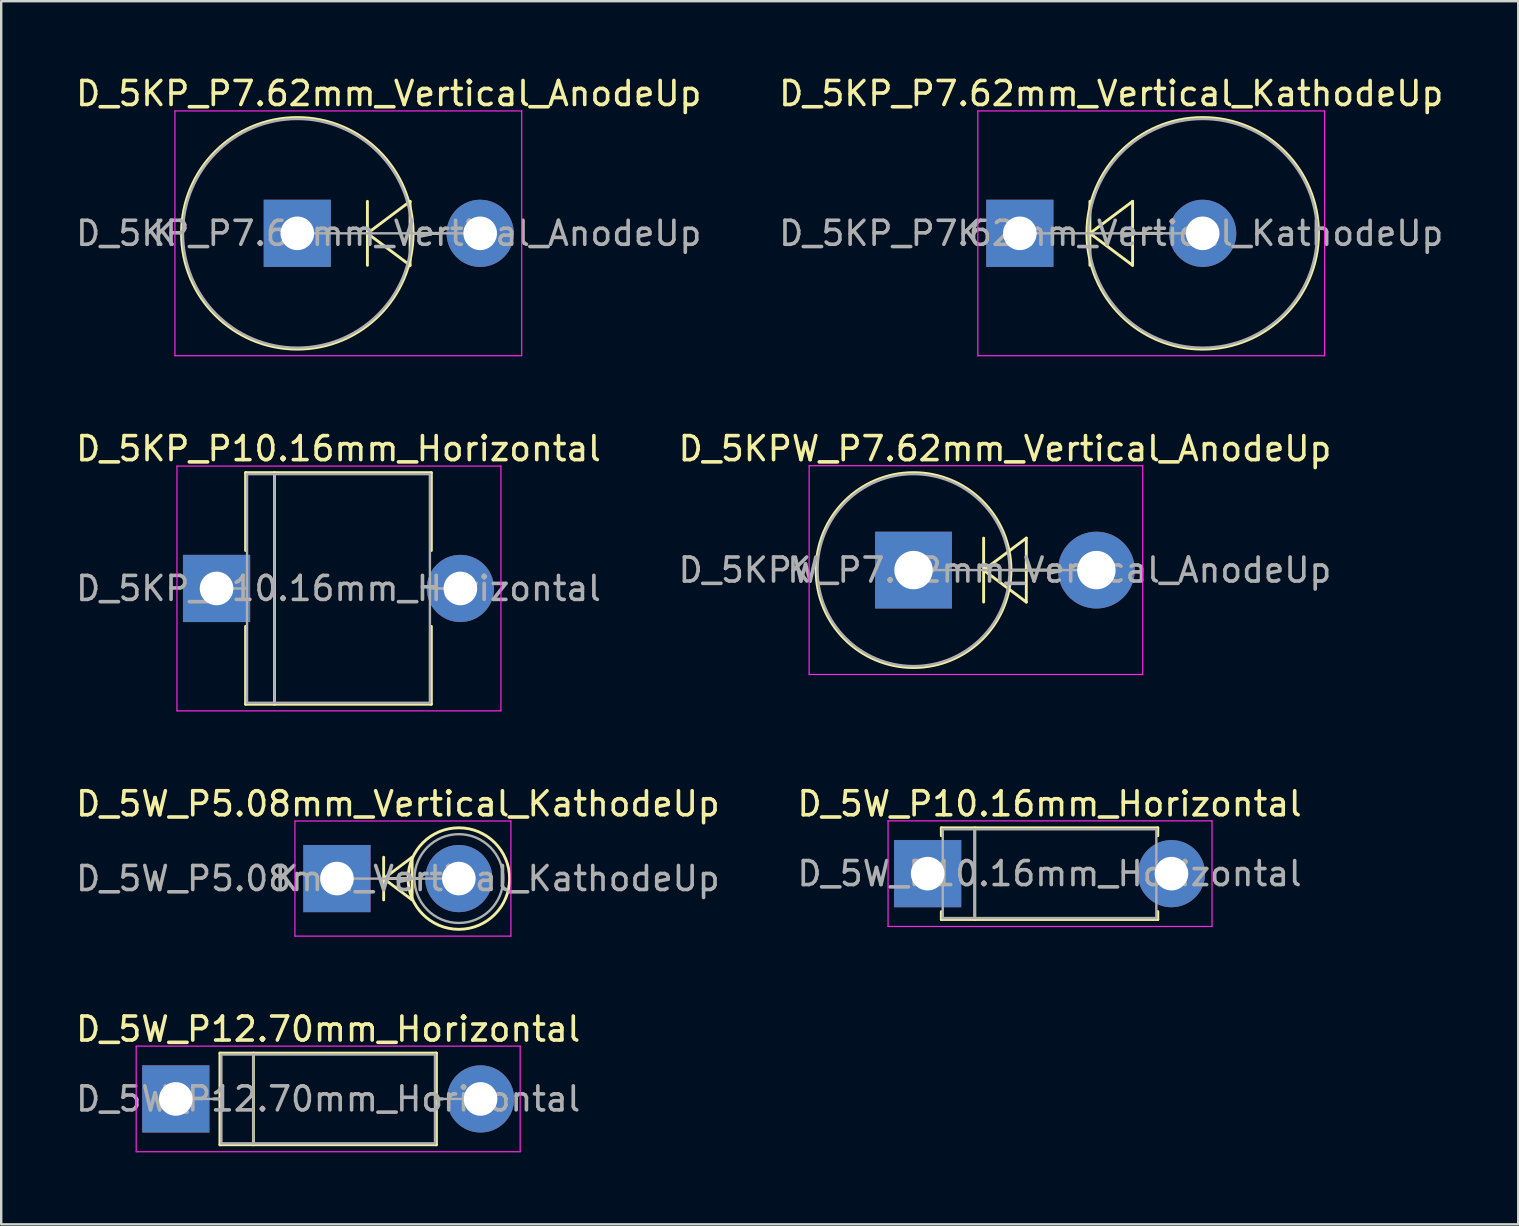
<source format=kicad_pcb>
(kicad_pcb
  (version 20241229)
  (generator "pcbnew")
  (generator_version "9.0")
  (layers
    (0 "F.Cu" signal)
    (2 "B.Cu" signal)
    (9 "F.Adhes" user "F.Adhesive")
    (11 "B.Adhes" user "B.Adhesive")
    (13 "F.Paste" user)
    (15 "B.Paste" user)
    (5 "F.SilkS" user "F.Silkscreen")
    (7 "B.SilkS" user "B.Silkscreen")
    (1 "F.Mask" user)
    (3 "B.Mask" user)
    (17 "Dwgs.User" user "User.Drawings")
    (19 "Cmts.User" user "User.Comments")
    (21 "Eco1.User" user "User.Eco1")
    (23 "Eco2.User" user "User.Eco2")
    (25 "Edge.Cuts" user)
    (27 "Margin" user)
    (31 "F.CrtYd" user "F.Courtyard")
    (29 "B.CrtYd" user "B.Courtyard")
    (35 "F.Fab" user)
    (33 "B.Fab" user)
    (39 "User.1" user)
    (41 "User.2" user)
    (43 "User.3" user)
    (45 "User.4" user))
  (footprint "D_5W_P12.70mm_Horizontal"
    (layer "F.Cu")
    (at 4.275 42.743)
    (property "Reference" "D_5W_P12.70mm_Horizontal" (at 6.35 -2.91 0) (layer "F.SilkS") (effects (font (size 1 1) (thickness 0.15))))
    (attr through_hole)
    (fp_line (start 1.58 0) (end 1.84 0) (stroke (width 0.12) (type solid)) (layer "F.SilkS"))
    (fp_line (start 1.84 -1.91) (end 1.84 1.91) (stroke (width 0.12) (type solid)) (layer "F.SilkS"))
    (fp_line (start 1.84 1.91) (end 10.86 1.91) (stroke (width 0.12) (type solid)) (layer "F.SilkS"))
    (fp_line (start 3.235 -1.91) (end 3.235 1.91) (stroke (width 0.12) (type solid)) (layer "F.SilkS"))
    (fp_line (start 10.86 -1.91) (end 1.84 -1.91) (stroke (width 0.12) (type solid)) (layer "F.SilkS"))
    (fp_line (start 10.86 1.91) (end 10.86 -1.91) (stroke (width 0.12) (type solid)) (layer "F.SilkS"))
    (fp_line (start 11.12 0) (end 10.86 0) (stroke (width 0.12) (type solid)) (layer "F.SilkS"))
    (fp_line (start -1.65 -2.2) (end -1.65 2.2) (stroke (width 0.05) (type solid)) (layer "F.CrtYd"))
    (fp_line (start -1.65 2.2) (end 14.35 2.2) (stroke (width 0.05) (type solid)) (layer "F.CrtYd"))
    (fp_line (start 14.35 -2.2) (end -1.65 -2.2) (stroke (width 0.05) (type solid)) (layer "F.CrtYd"))
    (fp_line (start 14.35 2.2) (end 14.35 -2.2) (stroke (width 0.05) (type solid)) (layer "F.CrtYd"))
    (fp_line (start 0 0) (end 1.9 0) (stroke (width 0.1) (type solid)) (layer "F.Fab"))
    (fp_line (start 1.9 -1.85) (end 1.9 1.85) (stroke (width 0.1) (type solid)) (layer "F.Fab"))
    (fp_line (start 1.9 1.85) (end 10.8 1.85) (stroke (width 0.1) (type solid)) (layer "F.Fab"))
    (fp_line (start 3.235 -1.85) (end 3.235 1.85) (stroke (width 0.1) (type solid)) (layer "F.Fab"))
    (fp_line (start 10.8 -1.85) (end 1.9 -1.85) (stroke (width 0.1) (type solid)) (layer "F.Fab"))
    (fp_line (start 10.8 1.85) (end 10.8 -1.85) (stroke (width 0.1) (type solid)) (layer "F.Fab"))
    (fp_line (start 12.7 0) (end 10.8 0) (stroke (width 0.1) (type solid)) (layer "F.Fab"))
    (fp_text user "${REFERENCE}" (at 6.35 0 0) (layer "F.Fab") (effects (font (size 1 1) (thickness 0.15))))
    (pad "1" thru_hole rect (at 0 0) (size 2.8 2.8) (drill 1.4) (layers "*.Cu" "*.Mask"))
    (pad "2" thru_hole oval (at 12.7 0) (size 2.8 2.8) (drill 1.4) (layers "*.Cu" "*.Mask")))
  (footprint "D_5KP_P10.16mm_Horizontal"
    (layer "F.Cu")
    (at 5.974 21.471)
    (property "Reference" "D_5KP_P10.16mm_Horizontal" (at 5.08 -5.825 0) (layer "F.SilkS") (effects (font (size 1 1) (thickness 0.15))))
    (attr through_hole)
    (fp_line (start 1.21 -4.825) (end 8.95 -4.825) (stroke (width 0.12) (type solid)) (layer "F.SilkS"))
    (fp_line (start 1.21 -1.58) (end 1.21 -4.825) (stroke (width 0.12) (type solid)) (layer "F.SilkS"))
    (fp_line (start 1.21 1.58) (end 1.21 4.825) (stroke (width 0.12) (type solid)) (layer "F.SilkS"))
    (fp_line (start 1.21 4.825) (end 8.95 4.825) (stroke (width 0.12) (type solid)) (layer "F.SilkS"))
    (fp_line (start 2.413 -4.825) (end 2.413 4.825) (stroke (width 0.12) (type solid)) (layer "F.SilkS"))
    (fp_line (start 8.95 -4.825) (end 8.95 -1.58) (stroke (width 0.12) (type solid)) (layer "F.SilkS"))
    (fp_line (start 8.95 4.825) (end 8.95 1.58) (stroke (width 0.12) (type solid)) (layer "F.SilkS"))
    (fp_line (start -1.65 -5.1) (end -1.65 5.1) (stroke (width 0.05) (type solid)) (layer "F.CrtYd"))
    (fp_line (start -1.65 5.1) (end 11.85 5.1) (stroke (width 0.05) (type solid)) (layer "F.CrtYd"))
    (fp_line (start 11.85 -5.1) (end -1.65 -5.1) (stroke (width 0.05) (type solid)) (layer "F.CrtYd"))
    (fp_line (start 11.85 5.1) (end 11.85 -5.1) (stroke (width 0.05) (type solid)) (layer "F.CrtYd"))
    (fp_line (start 0 0) (end 1.27 0) (stroke (width 0.1) (type solid)) (layer "F.Fab"))
    (fp_line (start 1.27 -4.765) (end 1.27 4.765) (stroke (width 0.1) (type solid)) (layer "F.Fab"))
    (fp_line (start 1.27 4.765) (end 8.89 4.765) (stroke (width 0.1) (type solid)) (layer "F.Fab"))
    (fp_line (start 2.413 -4.765) (end 2.413 4.765) (stroke (width 0.1) (type solid)) (layer "F.Fab"))
    (fp_line (start 8.89 -4.765) (end 1.27 -4.765) (stroke (width 0.1) (type solid)) (layer "F.Fab"))
    (fp_line (start 8.89 4.765) (end 8.89 -4.765) (stroke (width 0.1) (type solid)) (layer "F.Fab"))
    (fp_line (start 10.16 0) (end 8.89 0) (stroke (width 0.1) (type solid)) (layer "F.Fab"))
    (fp_text user "${REFERENCE}" (at 5.08 0 0) (layer "F.Fab") (effects (font (size 1 1) (thickness 0.15))))
    (pad "1" thru_hole rect (at 0 0) (size 2.8 2.8) (drill 1.4) (layers "*.Cu" "*.Mask"))
    (pad "2" thru_hole oval (at 10.16 0) (size 2.8 2.8) (drill 1.4) (layers "*.Cu" "*.Mask")))
  (footprint "D_5W_P10.16mm_Horizontal"
    (layer "F.Cu")
    (at 35.605 33.355)
    (property "Reference" "D_5W_P10.16mm_Horizontal" (at 5.08 -2.91 0) (layer "F.SilkS") (effects (font (size 1 1) (thickness 0.15))))
    (attr through_hole)
    (fp_line (start 0.57 -1.91) (end 9.59 -1.91) (stroke (width 0.12) (type solid)) (layer "F.SilkS"))
    (fp_line (start 0.57 -1.58) (end 0.57 -1.91) (stroke (width 0.12) (type solid)) (layer "F.SilkS"))
    (fp_line (start 0.57 1.58) (end 0.57 1.91) (stroke (width 0.12) (type solid)) (layer "F.SilkS"))
    (fp_line (start 0.57 1.91) (end 9.59 1.91) (stroke (width 0.12) (type solid)) (layer "F.SilkS"))
    (fp_line (start 1.965 -1.91) (end 1.965 1.91) (stroke (width 0.12) (type solid)) (layer "F.SilkS"))
    (fp_line (start 9.59 -1.91) (end 9.59 -1.58) (stroke (width 0.12) (type solid)) (layer "F.SilkS"))
    (fp_line (start 9.59 1.91) (end 9.59 1.58) (stroke (width 0.12) (type solid)) (layer "F.SilkS"))
    (fp_line (start -1.65 -2.2) (end -1.65 2.2) (stroke (width 0.05) (type solid)) (layer "F.CrtYd"))
    (fp_line (start -1.65 2.2) (end 11.85 2.2) (stroke (width 0.05) (type solid)) (layer "F.CrtYd"))
    (fp_line (start 11.85 -2.2) (end -1.65 -2.2) (stroke (width 0.05) (type solid)) (layer "F.CrtYd"))
    (fp_line (start 11.85 2.2) (end 11.85 -2.2) (stroke (width 0.05) (type solid)) (layer "F.CrtYd"))
    (fp_line (start 0 0) (end 0.63 0) (stroke (width 0.1) (type solid)) (layer "F.Fab"))
    (fp_line (start 0.63 -1.85) (end 0.63 1.85) (stroke (width 0.1) (type solid)) (layer "F.Fab"))
    (fp_line (start 0.63 1.85) (end 9.53 1.85) (stroke (width 0.1) (type solid)) (layer "F.Fab"))
    (fp_line (start 1.965 -1.85) (end 1.965 1.85) (stroke (width 0.1) (type solid)) (layer "F.Fab"))
    (fp_line (start 9.53 -1.85) (end 0.63 -1.85) (stroke (width 0.1) (type solid)) (layer "F.Fab"))
    (fp_line (start 9.53 1.85) (end 9.53 -1.85) (stroke (width 0.1) (type solid)) (layer "F.Fab"))
    (fp_line (start 10.16 0) (end 9.53 0) (stroke (width 0.1) (type solid)) (layer "F.Fab"))
    (fp_text user "${REFERENCE}" (at 5.08 0 0) (layer "F.Fab") (effects (font (size 1 1) (thickness 0.15))))
    (pad "1" thru_hole rect (at 0 0) (size 2.8 2.8) (drill 1.4) (layers "*.Cu" "*.Mask"))
    (pad "2" thru_hole oval (at 10.16 0) (size 2.8 2.8) (drill 1.4) (layers "*.Cu" "*.Mask")))
  (footprint "D_5KP_P7.62mm_Vertical_AnodeUp"
    (layer "F.Cu")
    (at 9.339 6.673)
    (property "Reference" "D_5KP_P7.62mm_Vertical_AnodeUp" (at 3.81 -5.825 0) (layer "F.SilkS") (effects (font (size 1 1) (thickness 0.15))))
    (attr through_hole)
    (fp_line (start 2.921 -1.333) (end 2.921 1.333) (stroke (width 0.12) (type solid)) (layer "F.SilkS"))
    (fp_line (start 2.921 0) (end 4.699 -1.333) (stroke (width 0.12) (type solid)) (layer "F.SilkS"))
    (fp_line (start 4.699 -1.333) (end 4.699 1.333) (stroke (width 0.12) (type solid)) (layer "F.SilkS"))
    (fp_line (start 4.699 1.333) (end 2.921 0) (stroke (width 0.12) (type solid)) (layer "F.SilkS"))
    (fp_line (start 4.825 0) (end 5.92 0) (stroke (width 0.12) (type solid)) (layer "F.SilkS"))
    (fp_circle (center 0 0) (end 4.825 0) (stroke (width 0.12) (type solid)) (fill no) (layer "F.SilkS"))
    (fp_line (start -5.1 -5.1) (end -5.1 5.1) (stroke (width 0.05) (type solid)) (layer "F.CrtYd"))
    (fp_line (start -5.1 5.1) (end 9.35 5.1) (stroke (width 0.05) (type solid)) (layer "F.CrtYd"))
    (fp_line (start 9.35 -5.1) (end -5.1 -5.1) (stroke (width 0.05) (type solid)) (layer "F.CrtYd"))
    (fp_line (start 9.35 5.1) (end 9.35 -5.1) (stroke (width 0.05) (type solid)) (layer "F.CrtYd"))
    (fp_line (start 0 0) (end 7.62 0) (stroke (width 0.1) (type solid)) (layer "F.Fab"))
    (fp_circle (center 0 0) (end 4.765 0) (stroke (width 0.1) (type solid)) (fill no) (layer "F.Fab"))
    (fp_text user "${REFERENCE}" (at 3.81 0 0) (layer "F.Fab") (effects (font (size 1 1) (thickness 0.15))))
    (fp_text user "K" (at -5.525 0 0) (layer "F.Fab") (effects (font (size 1 1) (thickness 0.15))))
    (pad "1" thru_hole rect (at 0 0) (size 2.8 2.8) (drill 1.4) (layers "*.Cu" "*.Mask"))
    (pad "2" thru_hole oval (at 7.62 0) (size 2.8 2.8) (drill 1.4) (layers "*.Cu" "*.Mask")))
  (footprint "D_5W_P5.08mm_Vertical_KathodeUp"
    (layer "F.Cu")
    (at 10.99 33.56)
    (property "Reference" "D_5W_P5.08mm_Vertical_KathodeUp" (at 2.54 -3.115 0) (layer "F.SilkS") (effects (font (size 1 1) (thickness 0.15))))
    (attr through_hole)
    (fp_line (start 1.947 -0.889) (end 1.947 0.889) (stroke (width 0.12) (type solid)) (layer "F.SilkS"))
    (fp_line (start 1.947 0) (end 3.133 -0.889) (stroke (width 0.12) (type solid)) (layer "F.SilkS"))
    (fp_line (start 2.115 0) (end 3.38 0) (stroke (width 0.12) (type solid)) (layer "F.SilkS"))
    (fp_line (start 3.133 -0.889) (end 3.133 0.889) (stroke (width 0.12) (type solid)) (layer "F.SilkS"))
    (fp_line (start 3.133 0.889) (end 1.947 0) (stroke (width 0.12) (type solid)) (layer "F.SilkS"))
    (fp_circle (center 5.08 0) (end 7.195 0) (stroke (width 0.12) (type solid)) (fill no) (layer "F.SilkS"))
    (fp_line (start -1.75 -2.4) (end -1.75 2.4) (stroke (width 0.05) (type solid)) (layer "F.CrtYd"))
    (fp_line (start -1.75 2.4) (end 7.25 2.4) (stroke (width 0.05) (type solid)) (layer "F.CrtYd"))
    (fp_line (start 7.25 -2.4) (end -1.75 -2.4) (stroke (width 0.05) (type solid)) (layer "F.CrtYd"))
    (fp_line (start 7.25 2.4) (end 7.25 -2.4) (stroke (width 0.05) (type solid)) (layer "F.CrtYd"))
    (fp_line (start 0 0) (end 5.08 0) (stroke (width 0.1) (type solid)) (layer "F.Fab"))
    (fp_circle (center 5.08 0) (end 6.93 0) (stroke (width 0.1) (type solid)) (fill no) (layer "F.Fab"))
    (fp_text user "${REFERENCE}" (at 2.54 0 0) (layer "F.Fab") (effects (font (size 1 1) (thickness 0.15))))
    (fp_text user "K" (at -2.1 0 0) (layer "F.Fab") (effects (font (size 1 1) (thickness 0.15))))
    (pad "1" thru_hole rect (at 0 0) (size 2.8 2.8) (drill 1.4) (layers "*.Cu" "*.Mask"))
    (pad "2" thru_hole oval (at 5.08 0) (size 2.8 2.8) (drill 1.4) (layers "*.Cu" "*.Mask")))
  (footprint "D_5KP_P7.62mm_Vertical_KathodeUp"
    (layer "F.Cu")
    (at 39.446 6.673)
    (property "Reference" "D_5KP_P7.62mm_Vertical_KathodeUp" (at 3.81 -5.825 0) (layer "F.SilkS") (effects (font (size 1 1) (thickness 0.15))))
    (attr through_hole)
    (fp_line (start 2.921 -1.333) (end 2.921 1.333) (stroke (width 0.12) (type solid)) (layer "F.SilkS"))
    (fp_line (start 2.921 0) (end 4.699 -1.333) (stroke (width 0.12) (type solid)) (layer "F.SilkS"))
    (fp_line (start 4.699 -1.333) (end 4.699 1.333) (stroke (width 0.12) (type solid)) (layer "F.SilkS"))
    (fp_line (start 4.699 1.333) (end 2.921 0) (stroke (width 0.12) (type solid)) (layer "F.SilkS"))
    (fp_line (start 4.825 0) (end 5.92 0) (stroke (width 0.12) (type solid)) (layer "F.SilkS"))
    (fp_circle (center 7.62 0) (end 12.445 0) (stroke (width 0.12) (type solid)) (fill no) (layer "F.SilkS"))
    (fp_line (start -1.75 -5.1) (end -1.75 5.1) (stroke (width 0.05) (type solid)) (layer "F.CrtYd"))
    (fp_line (start -1.75 5.1) (end 12.7 5.1) (stroke (width 0.05) (type solid)) (layer "F.CrtYd"))
    (fp_line (start 12.7 -5.1) (end -1.75 -5.1) (stroke (width 0.05) (type solid)) (layer "F.CrtYd"))
    (fp_line (start 12.7 5.1) (end 12.7 -5.1) (stroke (width 0.05) (type solid)) (layer "F.CrtYd"))
    (fp_line (start 0 0) (end 7.62 0) (stroke (width 0.1) (type solid)) (layer "F.Fab"))
    (fp_circle (center 7.62 0) (end 12.385 0) (stroke (width 0.1) (type solid)) (fill no) (layer "F.Fab"))
    (fp_text user "${REFERENCE}" (at 3.81 0 0) (layer "F.Fab") (effects (font (size 1 1) (thickness 0.15))))
    (fp_text user "K" (at -2.1 0 0) (layer "F.Fab") (effects (font (size 1 1) (thickness 0.15))))
    (pad "1" thru_hole rect (at 0 0) (size 2.8 2.8) (drill 1.4) (layers "*.Cu" "*.Mask"))
    (pad "2" thru_hole oval (at 7.62 0) (size 2.8 2.8) (drill 1.4) (layers "*.Cu" "*.Mask")))
  (footprint "D_5KPW_P7.62mm_Vertical_AnodeUp"
    (layer "F.Cu")
    (at 35.017 20.706)
    (property "Reference" "D_5KPW_P7.62mm_Vertical_AnodeUp" (at 3.81 -5.06 0) (layer "F.SilkS") (effects (font (size 1 1) (thickness 0.15))))
    (attr through_hole)
    (fp_line (start 2.921 -1.333) (end 2.921 1.333) (stroke (width 0.12) (type solid)) (layer "F.SilkS"))
    (fp_line (start 2.921 0) (end 4.699 -1.333) (stroke (width 0.12) (type solid)) (layer "F.SilkS"))
    (fp_line (start 4.06 0) (end 5.72 0) (stroke (width 0.12) (type solid)) (layer "F.SilkS"))
    (fp_line (start 4.699 -1.333) (end 4.699 1.333) (stroke (width 0.12) (type solid)) (layer "F.SilkS"))
    (fp_line (start 4.699 1.333) (end 2.921 0) (stroke (width 0.12) (type solid)) (layer "F.SilkS"))
    (fp_circle (center 0 0) (end 4.06 0) (stroke (width 0.12) (type solid)) (fill no) (layer "F.SilkS"))
    (fp_line (start -4.35 -4.35) (end -4.35 4.35) (stroke (width 0.05) (type solid)) (layer "F.CrtYd"))
    (fp_line (start -4.35 4.35) (end 9.55 4.35) (stroke (width 0.05) (type solid)) (layer "F.CrtYd"))
    (fp_line (start 9.55 -4.35) (end -4.35 -4.35) (stroke (width 0.05) (type solid)) (layer "F.CrtYd"))
    (fp_line (start 9.55 4.35) (end 9.55 -4.35) (stroke (width 0.05) (type solid)) (layer "F.CrtYd"))
    (fp_line (start 0 0) (end 7.62 0) (stroke (width 0.1) (type solid)) (layer "F.Fab"))
    (fp_circle (center 0 0) (end 4 0) (stroke (width 0.1) (type solid)) (fill no) (layer "F.Fab"))
    (fp_text user "${REFERENCE}" (at 3.81 0 0) (layer "F.Fab") (effects (font (size 1 1) (thickness 0.15))))
    (fp_text user "K" (at -4.76 0 0) (layer "F.Fab") (effects (font (size 1 1) (thickness 0.15))))
    (pad "1" thru_hole rect (at 0 0) (size 3.2 3.2) (drill 1.6) (layers "*.Cu" "*.Mask"))
    (pad "2" thru_hole oval (at 7.62 0) (size 3.2 3.2) (drill 1.6) (layers "*.Cu" "*.Mask")))
  (gr_rect
    (start -3 -3)
    (end 60.214 47.968)
    (stroke (width 0.1) (type default))
    (fill no)
    (layer "Edge.Cuts")))
</source>
